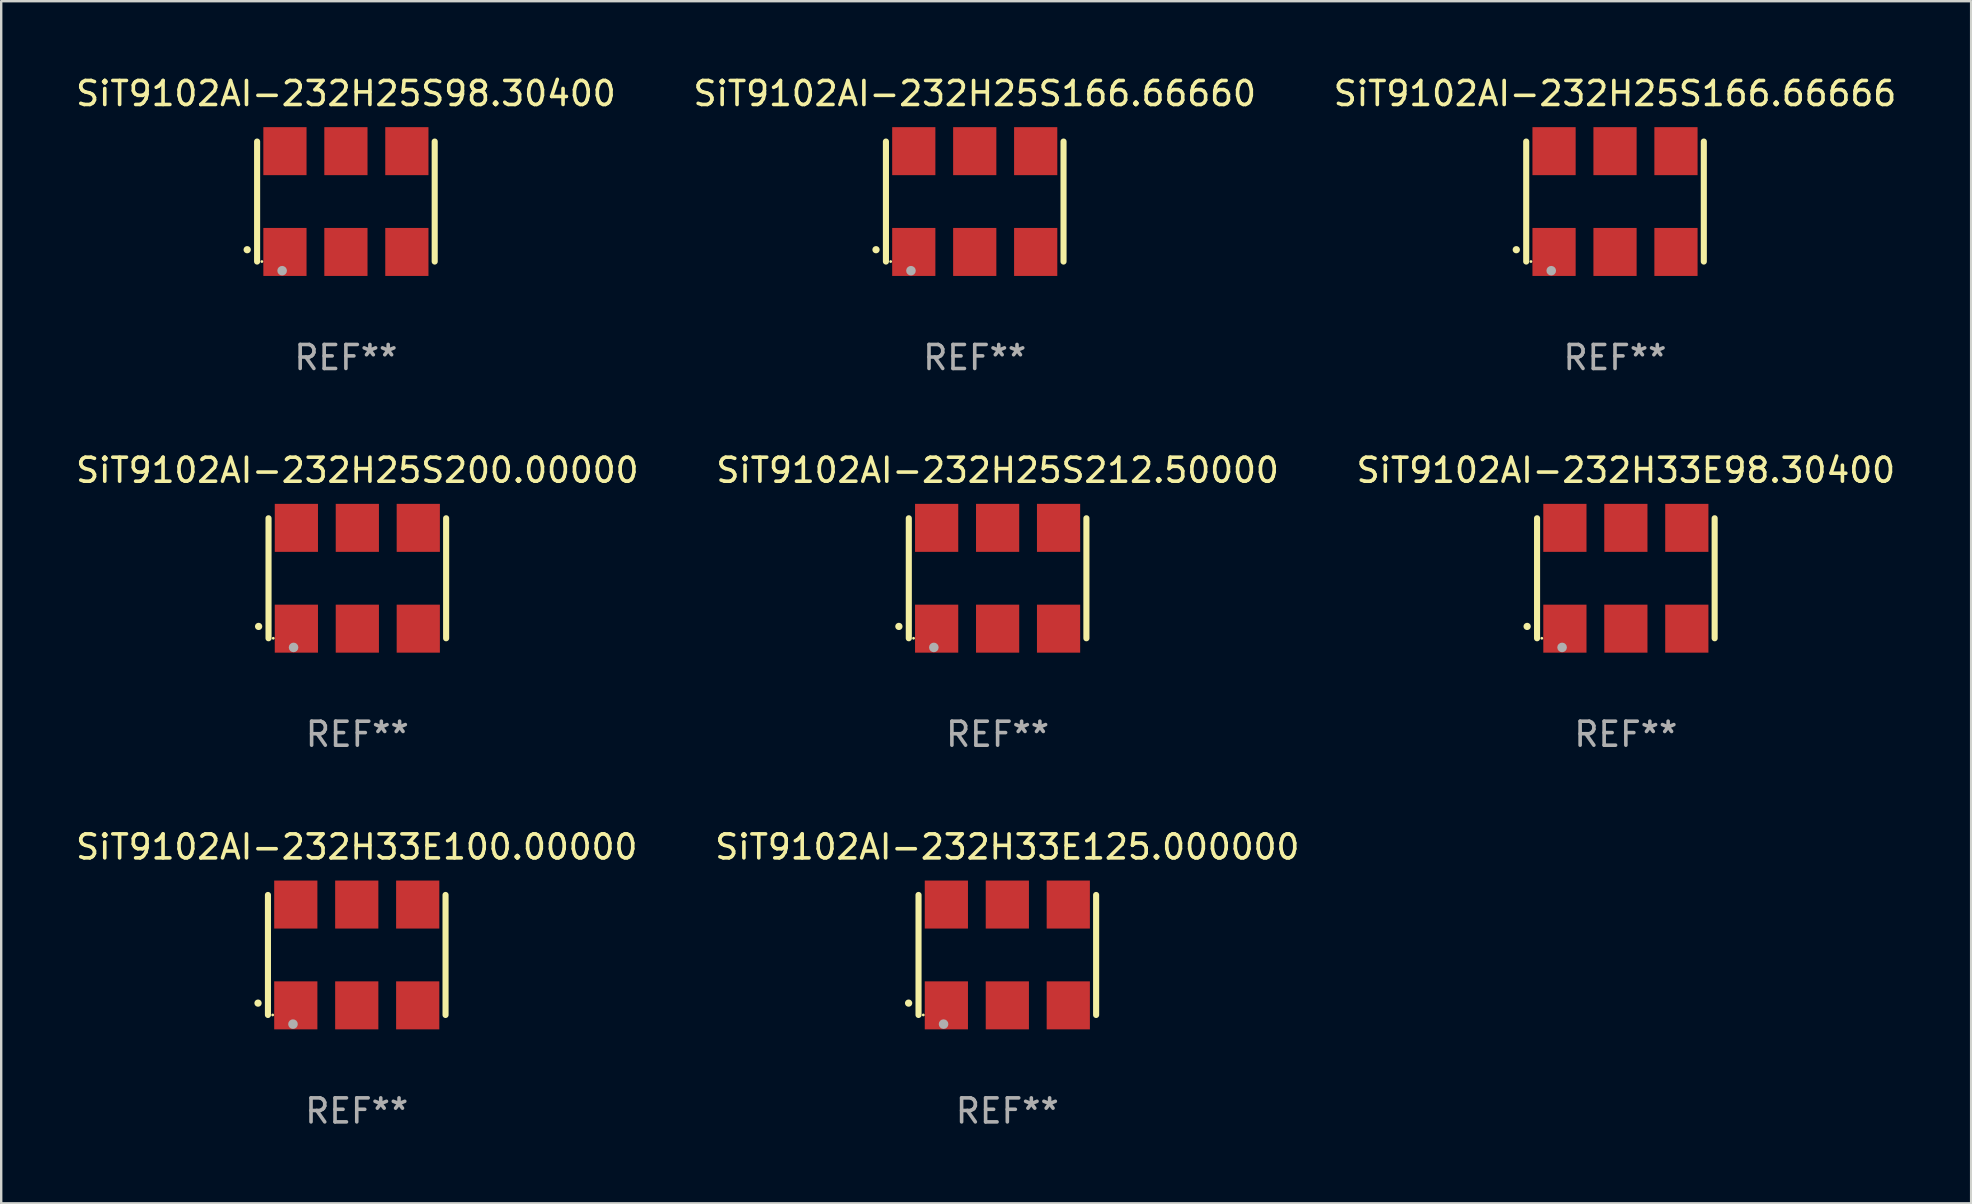
<source format=kicad_pcb>
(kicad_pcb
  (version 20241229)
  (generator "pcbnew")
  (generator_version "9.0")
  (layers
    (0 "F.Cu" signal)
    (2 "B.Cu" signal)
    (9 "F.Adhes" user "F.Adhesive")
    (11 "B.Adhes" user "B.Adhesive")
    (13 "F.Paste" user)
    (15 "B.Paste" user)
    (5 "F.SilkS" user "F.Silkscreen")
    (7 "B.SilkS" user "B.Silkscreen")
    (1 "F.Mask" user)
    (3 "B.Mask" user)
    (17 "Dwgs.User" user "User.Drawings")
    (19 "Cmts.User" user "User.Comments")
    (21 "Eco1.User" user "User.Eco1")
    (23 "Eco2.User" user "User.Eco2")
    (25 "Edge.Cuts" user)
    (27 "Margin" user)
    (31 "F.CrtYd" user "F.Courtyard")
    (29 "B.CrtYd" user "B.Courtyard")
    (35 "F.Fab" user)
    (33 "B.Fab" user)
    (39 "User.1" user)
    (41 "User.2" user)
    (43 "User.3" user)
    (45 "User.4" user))
  (footprint "SiT9102AI-232H25S166.66666"
    (layer "F.Cu")
    (at 64.244 5.348)
    (property "Reference" "SiT9102AI-232H25S166.66666" (at 0 -4.5 0) (layer "F.SilkS") (effects (font (size 1 1) (thickness 0.15))))
    (attr through_hole)
    (fp_line (start -3.7 -2.5) (end -3.7 2.5) (stroke (width 0.254) (type solid)) (layer "F.SilkS"))
    (fp_line (start 3.7 -2.5) (end 3.7 2.5) (stroke (width 0.254) (type solid)) (layer "F.SilkS"))
    (fp_arc (start -4.114415 2.006604) (mid -4.113145 2.006599) (end -4.111875 2.006604) (stroke (width 0.3) (type solid)) (layer "F.SilkS"))
    (fp_circle (center -3.502 2.5) (end -3.472 2.5) (stroke (width 0.06) (type solid)) (fill no) (layer "F.SilkS"))
    (fp_circle (center -2.657 2.882) (end -2.557 2.882) (stroke (width 0.2) (type solid)) (fill no) (layer "F.Fab"))
    (fp_text user "REF**" (at 0 6.5 0) (layer "F.Fab") (effects (font (size 1 1) (thickness 0.15))))
    (pad "1" smd rect (at -2.54 2.1) (size 1.8 2) (layers "F.Cu" "F.Mask" "F.Paste"))
    (pad "2" smd rect (at 0.000394 2.1) (size 1.8 2) (layers "F.Cu" "F.Mask" "F.Paste"))
    (pad "3" smd rect (at 2.54 2.1) (size 1.8 2) (layers "F.Cu" "F.Mask" "F.Paste"))
    (pad "4" smd rect (at 2.54 -2.1) (size 1.8 2) (layers "F.Cu" "F.Mask" "F.Paste"))
    (pad "5" smd rect (at 0.000394 -2.1) (size 1.8 2) (layers "F.Cu" "F.Mask" "F.Paste"))
    (pad "6" smd rect (at -2.54 -2.1) (size 1.8 2) (layers "F.Cu" "F.Mask" "F.Paste")))
  (footprint "SiT9102AI-232H33E98.30400"
    (layer "F.Cu")
    (at 64.696 21.045)
    (property "Reference" "SiT9102AI-232H33E98.30400" (at 0 -4.5 0) (layer "F.SilkS") (effects (font (size 1 1) (thickness 0.15))))
    (attr through_hole)
    (fp_line (start -3.7 -2.5) (end -3.7 2.5) (stroke (width 0.254) (type solid)) (layer "F.SilkS"))
    (fp_line (start 3.7 -2.5) (end 3.7 2.5) (stroke (width 0.254) (type solid)) (layer "F.SilkS"))
    (fp_arc (start -4.114415 2.006604) (mid -4.113145 2.006599) (end -4.111875 2.006604) (stroke (width 0.3) (type solid)) (layer "F.SilkS"))
    (fp_circle (center -3.502 2.5) (end -3.472 2.5) (stroke (width 0.06) (type solid)) (fill no) (layer "F.SilkS"))
    (fp_circle (center -2.657 2.882) (end -2.557 2.882) (stroke (width 0.2) (type solid)) (fill no) (layer "F.Fab"))
    (fp_text user "REF**" (at 0 6.5 0) (layer "F.Fab") (effects (font (size 1 1) (thickness 0.15))))
    (pad "1" smd rect (at -2.54 2.1) (size 1.8 2) (layers "F.Cu" "F.Mask" "F.Paste"))
    (pad "2" smd rect (at 0.000394 2.1) (size 1.8 2) (layers "F.Cu" "F.Mask" "F.Paste"))
    (pad "3" smd rect (at 2.54 2.1) (size 1.8 2) (layers "F.Cu" "F.Mask" "F.Paste"))
    (pad "4" smd rect (at 2.54 -2.1) (size 1.8 2) (layers "F.Cu" "F.Mask" "F.Paste"))
    (pad "5" smd rect (at 0.000394 -2.1) (size 1.8 2) (layers "F.Cu" "F.Mask" "F.Paste"))
    (pad "6" smd rect (at -2.54 -2.1) (size 1.8 2) (layers "F.Cu" "F.Mask" "F.Paste")))
  (footprint "SiT9102AI-232H25S166.66660"
    (layer "F.Cu")
    (at 37.565 5.348)
    (property "Reference" "SiT9102AI-232H25S166.66660" (at 0 -4.5 0) (layer "F.SilkS") (effects (font (size 1 1) (thickness 0.15))))
    (attr through_hole)
    (fp_line (start -3.7 -2.5) (end -3.7 2.5) (stroke (width 0.254) (type solid)) (layer "F.SilkS"))
    (fp_line (start 3.7 -2.5) (end 3.7 2.5) (stroke (width 0.254) (type solid)) (layer "F.SilkS"))
    (fp_arc (start -4.114415 2.006604) (mid -4.113145 2.006599) (end -4.111875 2.006604) (stroke (width 0.3) (type solid)) (layer "F.SilkS"))
    (fp_circle (center -3.502 2.5) (end -3.472 2.5) (stroke (width 0.06) (type solid)) (fill no) (layer "F.SilkS"))
    (fp_circle (center -2.657 2.882) (end -2.557 2.882) (stroke (width 0.2) (type solid)) (fill no) (layer "F.Fab"))
    (fp_text user "REF**" (at 0 6.5 0) (layer "F.Fab") (effects (font (size 1 1) (thickness 0.15))))
    (pad "1" smd rect (at -2.54 2.1) (size 1.8 2) (layers "F.Cu" "F.Mask" "F.Paste"))
    (pad "2" smd rect (at 0.000394 2.1) (size 1.8 2) (layers "F.Cu" "F.Mask" "F.Paste"))
    (pad "3" smd rect (at 2.54 2.1) (size 1.8 2) (layers "F.Cu" "F.Mask" "F.Paste"))
    (pad "4" smd rect (at 2.54 -2.1) (size 1.8 2) (layers "F.Cu" "F.Mask" "F.Paste"))
    (pad "5" smd rect (at 0.000394 -2.1) (size 1.8 2) (layers "F.Cu" "F.Mask" "F.Paste"))
    (pad "6" smd rect (at -2.54 -2.1) (size 1.8 2) (layers "F.Cu" "F.Mask" "F.Paste")))
  (footprint "SiT9102AI-232H33E100.00000"
    (layer "F.Cu")
    (at 11.815 36.741)
    (property "Reference" "SiT9102AI-232H33E100.00000" (at 0 -4.5 0) (layer "F.SilkS") (effects (font (size 1 1) (thickness 0.15))))
    (attr through_hole)
    (fp_line (start -3.7 -2.5) (end -3.7 2.5) (stroke (width 0.254) (type solid)) (layer "F.SilkS"))
    (fp_line (start 3.7 -2.5) (end 3.7 2.5) (stroke (width 0.254) (type solid)) (layer "F.SilkS"))
    (fp_arc (start -4.114415 2.006604) (mid -4.113145 2.006599) (end -4.111875 2.006604) (stroke (width 0.3) (type solid)) (layer "F.SilkS"))
    (fp_circle (center -3.502 2.5) (end -3.472 2.5) (stroke (width 0.06) (type solid)) (fill no) (layer "F.SilkS"))
    (fp_circle (center -2.657 2.882) (end -2.557 2.882) (stroke (width 0.2) (type solid)) (fill no) (layer "F.Fab"))
    (fp_text user "REF**" (at 0 6.5 0) (layer "F.Fab") (effects (font (size 1 1) (thickness 0.15))))
    (pad "1" smd rect (at -2.54 2.1) (size 1.8 2) (layers "F.Cu" "F.Mask" "F.Paste"))
    (pad "2" smd rect (at 0.000394 2.1) (size 1.8 2) (layers "F.Cu" "F.Mask" "F.Paste"))
    (pad "3" smd rect (at 2.54 2.1) (size 1.8 2) (layers "F.Cu" "F.Mask" "F.Paste"))
    (pad "4" smd rect (at 2.54 -2.1) (size 1.8 2) (layers "F.Cu" "F.Mask" "F.Paste"))
    (pad "5" smd rect (at 0.000394 -2.1) (size 1.8 2) (layers "F.Cu" "F.Mask" "F.Paste"))
    (pad "6" smd rect (at -2.54 -2.1) (size 1.8 2) (layers "F.Cu" "F.Mask" "F.Paste")))
  (footprint "SiT9102AI-232H25S200.00000"
    (layer "F.Cu")
    (at 11.839 21.045)
    (property "Reference" "SiT9102AI-232H25S200.00000" (at 0 -4.5 0) (layer "F.SilkS") (effects (font (size 1 1) (thickness 0.15))))
    (attr through_hole)
    (fp_line (start -3.7 -2.5) (end -3.7 2.5) (stroke (width 0.254) (type solid)) (layer "F.SilkS"))
    (fp_line (start 3.7 -2.5) (end 3.7 2.5) (stroke (width 0.254) (type solid)) (layer "F.SilkS"))
    (fp_arc (start -4.114415 2.006604) (mid -4.113145 2.006599) (end -4.111875 2.006604) (stroke (width 0.3) (type solid)) (layer "F.SilkS"))
    (fp_circle (center -3.502 2.5) (end -3.472 2.5) (stroke (width 0.06) (type solid)) (fill no) (layer "F.SilkS"))
    (fp_circle (center -2.657 2.882) (end -2.557 2.882) (stroke (width 0.2) (type solid)) (fill no) (layer "F.Fab"))
    (fp_text user "REF**" (at 0 6.5 0) (layer "F.Fab") (effects (font (size 1 1) (thickness 0.15))))
    (pad "1" smd rect (at -2.54 2.1) (size 1.8 2) (layers "F.Cu" "F.Mask" "F.Paste"))
    (pad "2" smd rect (at 0.000394 2.1) (size 1.8 2) (layers "F.Cu" "F.Mask" "F.Paste"))
    (pad "3" smd rect (at 2.54 2.1) (size 1.8 2) (layers "F.Cu" "F.Mask" "F.Paste"))
    (pad "4" smd rect (at 2.54 -2.1) (size 1.8 2) (layers "F.Cu" "F.Mask" "F.Paste"))
    (pad "5" smd rect (at 0.000394 -2.1) (size 1.8 2) (layers "F.Cu" "F.Mask" "F.Paste"))
    (pad "6" smd rect (at -2.54 -2.1) (size 1.8 2) (layers "F.Cu" "F.Mask" "F.Paste")))
  (footprint "SiT9102AI-232H25S212.50000"
    (layer "F.Cu")
    (at 38.518 21.045)
    (property "Reference" "SiT9102AI-232H25S212.50000" (at 0 -4.5 0) (layer "F.SilkS") (effects (font (size 1 1) (thickness 0.15))))
    (attr through_hole)
    (fp_line (start -3.7 -2.5) (end -3.7 2.5) (stroke (width 0.254) (type solid)) (layer "F.SilkS"))
    (fp_line (start 3.7 -2.5) (end 3.7 2.5) (stroke (width 0.254) (type solid)) (layer "F.SilkS"))
    (fp_arc (start -4.114415 2.006604) (mid -4.113145 2.006599) (end -4.111875 2.006604) (stroke (width 0.3) (type solid)) (layer "F.SilkS"))
    (fp_circle (center -3.502 2.5) (end -3.472 2.5) (stroke (width 0.06) (type solid)) (fill no) (layer "F.SilkS"))
    (fp_circle (center -2.657 2.882) (end -2.557 2.882) (stroke (width 0.2) (type solid)) (fill no) (layer "F.Fab"))
    (fp_text user "REF**" (at 0 6.5 0) (layer "F.Fab") (effects (font (size 1 1) (thickness 0.15))))
    (pad "1" smd rect (at -2.54 2.1) (size 1.8 2) (layers "F.Cu" "F.Mask" "F.Paste"))
    (pad "2" smd rect (at 0.000394 2.1) (size 1.8 2) (layers "F.Cu" "F.Mask" "F.Paste"))
    (pad "3" smd rect (at 2.54 2.1) (size 1.8 2) (layers "F.Cu" "F.Mask" "F.Paste"))
    (pad "4" smd rect (at 2.54 -2.1) (size 1.8 2) (layers "F.Cu" "F.Mask" "F.Paste"))
    (pad "5" smd rect (at 0.000394 -2.1) (size 1.8 2) (layers "F.Cu" "F.Mask" "F.Paste"))
    (pad "6" smd rect (at -2.54 -2.1) (size 1.8 2) (layers "F.Cu" "F.Mask" "F.Paste")))
  (footprint "SiT9102AI-232H25S98.30400"
    (layer "F.Cu")
    (at 11.363 5.348)
    (property "Reference" "SiT9102AI-232H25S98.30400" (at 0 -4.5 0) (layer "F.SilkS") (effects (font (size 1 1) (thickness 0.15))))
    (attr through_hole)
    (fp_line (start -3.7 -2.5) (end -3.7 2.5) (stroke (width 0.254) (type solid)) (layer "F.SilkS"))
    (fp_line (start 3.7 -2.5) (end 3.7 2.5) (stroke (width 0.254) (type solid)) (layer "F.SilkS"))
    (fp_arc (start -4.114415 2.006604) (mid -4.113145 2.006599) (end -4.111875 2.006604) (stroke (width 0.3) (type solid)) (layer "F.SilkS"))
    (fp_circle (center -3.502 2.5) (end -3.472 2.5) (stroke (width 0.06) (type solid)) (fill no) (layer "F.SilkS"))
    (fp_circle (center -2.657 2.882) (end -2.557 2.882) (stroke (width 0.2) (type solid)) (fill no) (layer "F.Fab"))
    (fp_text user "REF**" (at 0 6.5 0) (layer "F.Fab") (effects (font (size 1 1) (thickness 0.15))))
    (pad "1" smd rect (at -2.54 2.1) (size 1.8 2) (layers "F.Cu" "F.Mask" "F.Paste"))
    (pad "2" smd rect (at 0.000394 2.1) (size 1.8 2) (layers "F.Cu" "F.Mask" "F.Paste"))
    (pad "3" smd rect (at 2.54 2.1) (size 1.8 2) (layers "F.Cu" "F.Mask" "F.Paste"))
    (pad "4" smd rect (at 2.54 -2.1) (size 1.8 2) (layers "F.Cu" "F.Mask" "F.Paste"))
    (pad "5" smd rect (at 0.000394 -2.1) (size 1.8 2) (layers "F.Cu" "F.Mask" "F.Paste"))
    (pad "6" smd rect (at -2.54 -2.1) (size 1.8 2) (layers "F.Cu" "F.Mask" "F.Paste")))
  (footprint "SiT9102AI-232H33E125.000000"
    (layer "F.Cu")
    (at 38.923 36.741)
    (property "Reference" "SiT9102AI-232H33E125.000000" (at 0 -4.5 0) (layer "F.SilkS") (effects (font (size 1 1) (thickness 0.15))))
    (attr through_hole)
    (fp_line (start -3.7 -2.5) (end -3.7 2.5) (stroke (width 0.254) (type solid)) (layer "F.SilkS"))
    (fp_line (start 3.7 -2.5) (end 3.7 2.5) (stroke (width 0.254) (type solid)) (layer "F.SilkS"))
    (fp_arc (start -4.114415 2.006604) (mid -4.113145 2.006599) (end -4.111875 2.006604) (stroke (width 0.3) (type solid)) (layer "F.SilkS"))
    (fp_circle (center -3.502 2.5) (end -3.472 2.5) (stroke (width 0.06) (type solid)) (fill no) (layer "F.SilkS"))
    (fp_circle (center -2.657 2.882) (end -2.557 2.882) (stroke (width 0.2) (type solid)) (fill no) (layer "F.Fab"))
    (fp_text user "REF**" (at 0 6.5 0) (layer "F.Fab") (effects (font (size 1 1) (thickness 0.15))))
    (pad "1" smd rect (at -2.54 2.1) (size 1.8 2) (layers "F.Cu" "F.Mask" "F.Paste"))
    (pad "2" smd rect (at 0.000394 2.1) (size 1.8 2) (layers "F.Cu" "F.Mask" "F.Paste"))
    (pad "3" smd rect (at 2.54 2.1) (size 1.8 2) (layers "F.Cu" "F.Mask" "F.Paste"))
    (pad "4" smd rect (at 2.54 -2.1) (size 1.8 2) (layers "F.Cu" "F.Mask" "F.Paste"))
    (pad "5" smd rect (at 0.000394 -2.1) (size 1.8 2) (layers "F.Cu" "F.Mask" "F.Paste"))
    (pad "6" smd rect (at -2.54 -2.1) (size 1.8 2) (layers "F.Cu" "F.Mask" "F.Paste")))
  (gr_rect
    (start -3 -3)
    (end 79.083 47.09)
    (stroke (width 0.1) (type default))
    (fill no)
    (layer "Edge.Cuts")))
</source>
